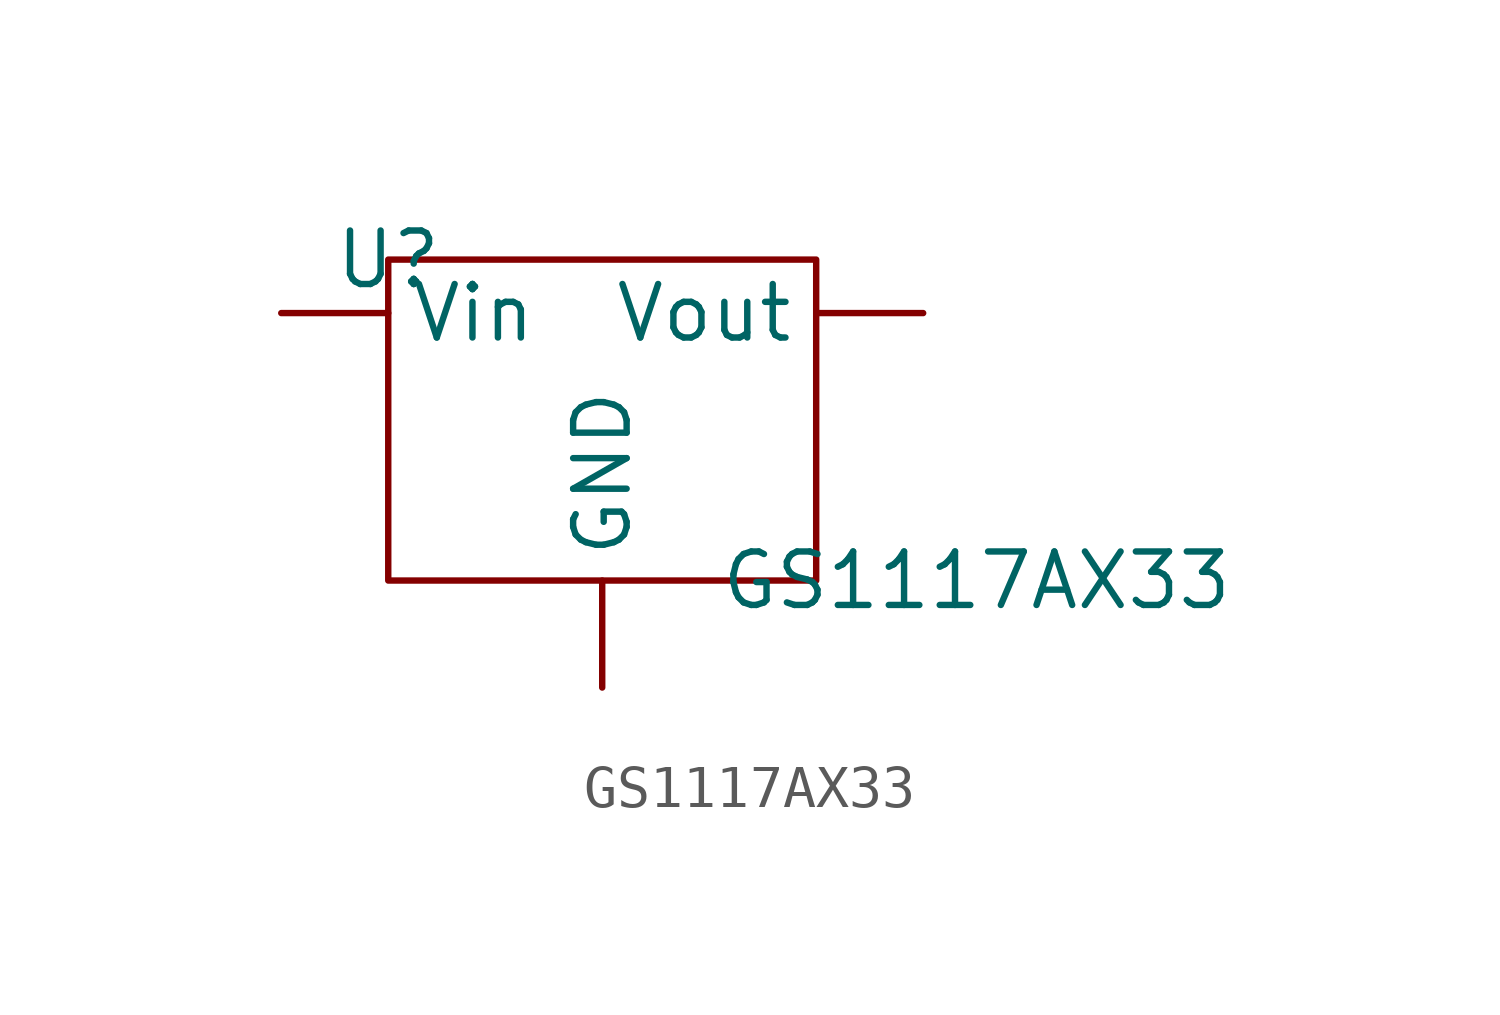
<source format=kicad_sym>
(kicad_symbol_lib
  (version 20220914)
  (generator kicad_symbol_editor)
  (symbol "GS1117AX33"
    (property "Reference" "U"
      (at 0 0 0)
      (effects (font (size 1.27 1.27))))
    (property "Value" "GS1117AX33"
      (at 13.97 -7.62 0)
      (effects (font (size 1.27 1.27))))
    (symbol "GS1117AX33_0_1"
      (rectangle (start 0 0) (end 10.16 -7.62) (stroke (width 0) (type default)) (fill (type none))))
    (symbol "GS1117AX33_1_1"
      (pin passive line (at 5.08 -10.16 90) (length 2.54) (name "GND" (effects (font (size 1.27 1.27)))) (number "" (effects (font (size 1.27 1.27)))))
      (pin passive line (at -2.54 -1.27 0) (length 2.54) (name "Vin" (effects (font (size 1.27 1.27)))) (number "" (effects (font (size 1.27 1.27)))))
      (pin passive line (at 12.7 -1.27 180) (length 2.54) (name "Vout" (effects (font (size 1.27 1.27)))) (number "" (effects (font (size 1.27 1.27))))))))
</source>
